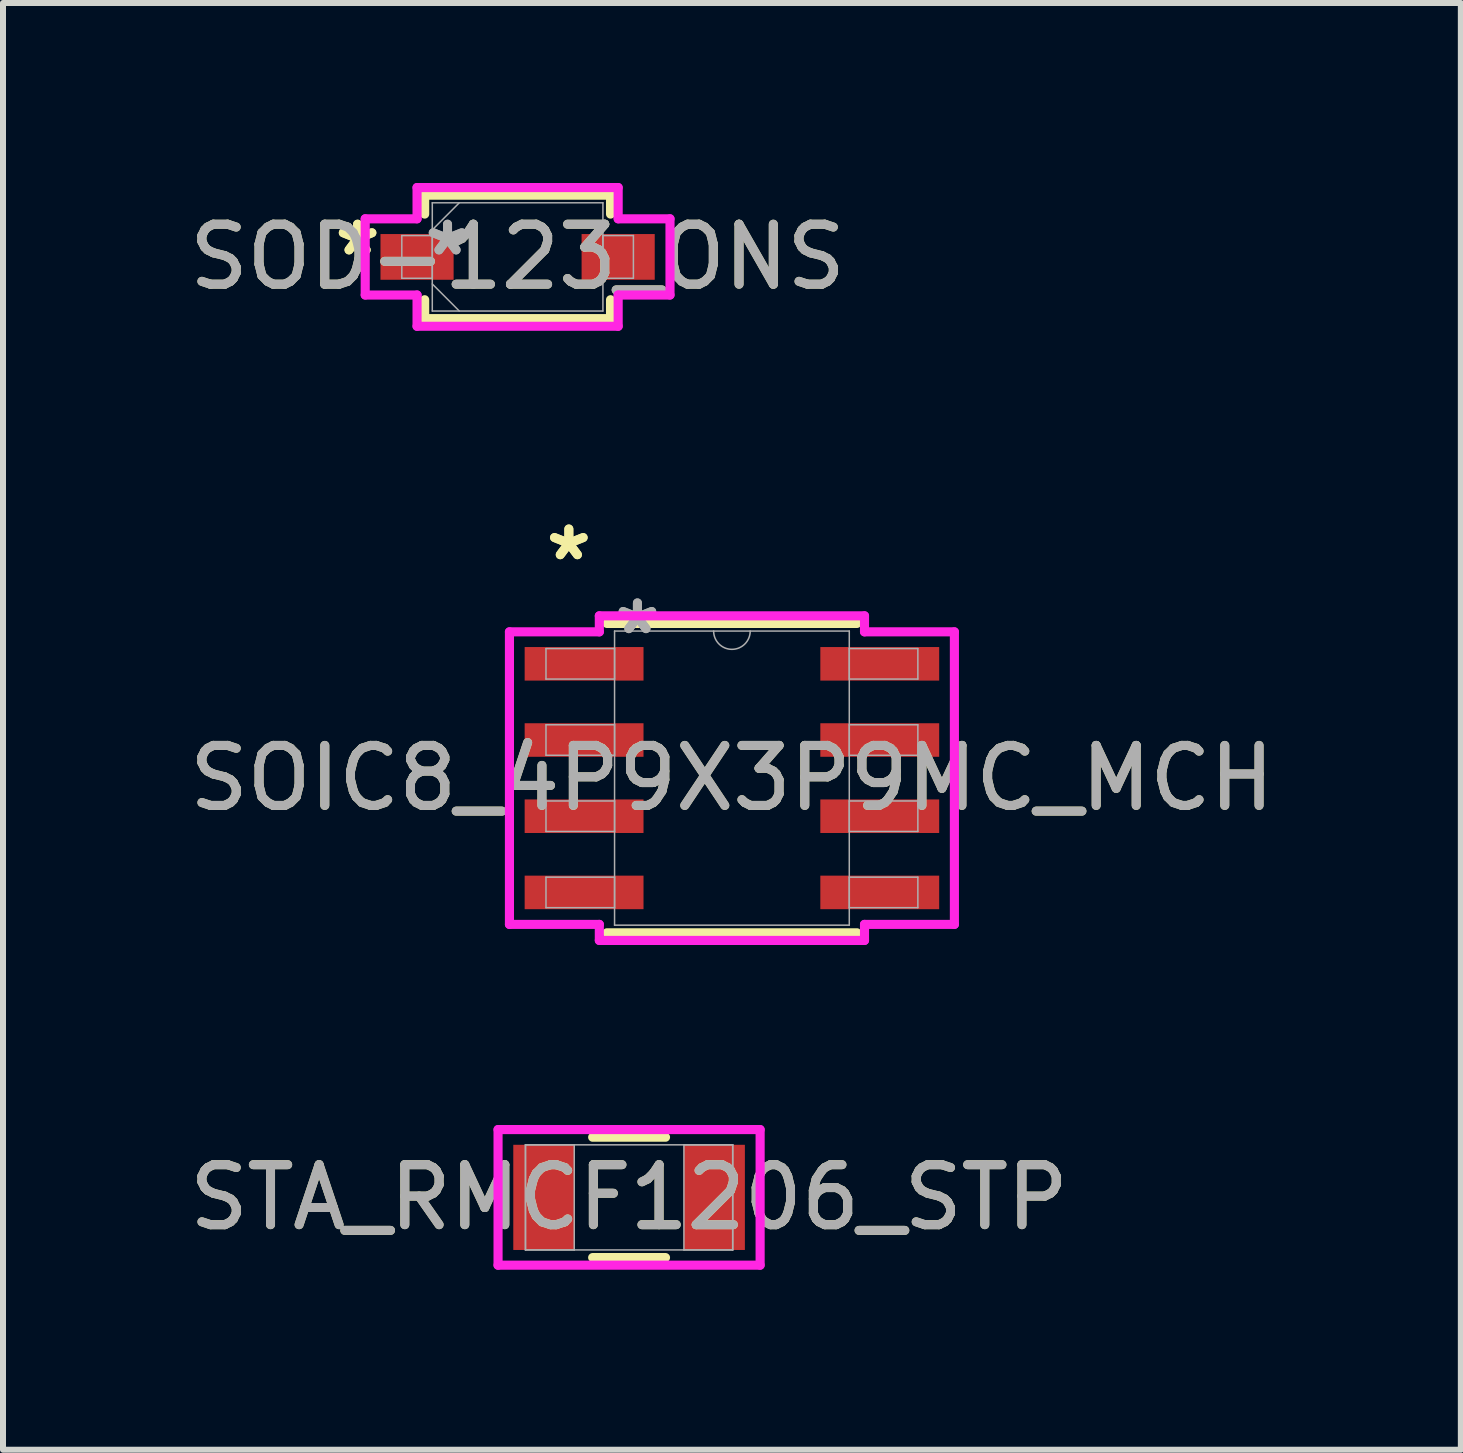
<source format=kicad_pcb>
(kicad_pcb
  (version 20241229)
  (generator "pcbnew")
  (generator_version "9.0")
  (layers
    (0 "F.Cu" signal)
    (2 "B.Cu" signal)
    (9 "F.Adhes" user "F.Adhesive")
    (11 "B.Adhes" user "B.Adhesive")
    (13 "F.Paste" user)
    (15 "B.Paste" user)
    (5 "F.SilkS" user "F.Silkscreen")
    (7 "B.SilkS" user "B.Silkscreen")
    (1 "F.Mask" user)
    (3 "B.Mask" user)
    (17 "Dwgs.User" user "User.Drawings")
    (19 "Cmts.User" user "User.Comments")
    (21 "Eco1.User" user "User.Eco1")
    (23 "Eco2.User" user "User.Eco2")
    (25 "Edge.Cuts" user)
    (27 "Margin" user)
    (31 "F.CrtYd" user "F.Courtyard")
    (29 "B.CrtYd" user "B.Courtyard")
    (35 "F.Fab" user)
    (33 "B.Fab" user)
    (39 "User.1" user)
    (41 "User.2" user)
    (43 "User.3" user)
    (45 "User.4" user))
  (footprint "SOIC8_4P9X3P9MC_MCH"
    (layer "F.Cu")
    (at 9.149 9.919)
    (property "Reference" "SOIC8_4P9X3P9MC_MCH" (at 0 0 0) (unlocked yes) (layer "F.SilkS") (effects (font (size 1 1) (thickness 0.15))))
    (attr smd)
    (fp_line (start -2.083 2.578) (end 2.083 2.578) (stroke (width 0.152) (type solid)) (layer "F.SilkS"))
    (fp_line (start 2.083 -2.578) (end -2.083 -2.578) (stroke (width 0.152) (type solid)) (layer "F.SilkS"))
    (fp_line (start -3.708 -2.438) (end -2.21 -2.438) (stroke (width 0.152) (type solid)) (layer "F.CrtYd"))
    (fp_line (start -3.708 2.438) (end -3.708 -2.438) (stroke (width 0.152) (type solid)) (layer "F.CrtYd"))
    (fp_line (start -3.708 2.438) (end -2.21 2.438) (stroke (width 0.152) (type solid)) (layer "F.CrtYd"))
    (fp_line (start -2.21 -2.705) (end 2.21 -2.705) (stroke (width 0.152) (type solid)) (layer "F.CrtYd"))
    (fp_line (start -2.21 -2.438) (end -2.21 -2.705) (stroke (width 0.152) (type solid)) (layer "F.CrtYd"))
    (fp_line (start -2.21 2.705) (end -2.21 2.438) (stroke (width 0.152) (type solid)) (layer "F.CrtYd"))
    (fp_line (start 2.21 -2.705) (end 2.21 -2.438) (stroke (width 0.152) (type solid)) (layer "F.CrtYd"))
    (fp_line (start 2.21 2.438) (end 2.21 2.705) (stroke (width 0.152) (type solid)) (layer "F.CrtYd"))
    (fp_line (start 2.21 2.705) (end -2.21 2.705) (stroke (width 0.152) (type solid)) (layer "F.CrtYd"))
    (fp_line (start 3.708 -2.438) (end 2.21 -2.438) (stroke (width 0.152) (type solid)) (layer "F.CrtYd"))
    (fp_line (start 3.708 -2.438) (end 3.708 2.438) (stroke (width 0.152) (type solid)) (layer "F.CrtYd"))
    (fp_line (start 3.708 2.438) (end 2.21 2.438) (stroke (width 0.152) (type solid)) (layer "F.CrtYd"))
    (fp_line (start -3.099 -2.159) (end -3.099 -1.651) (stroke (width 0.025) (type solid)) (layer "F.Fab"))
    (fp_line (start -3.099 -1.651) (end -1.956 -1.651) (stroke (width 0.025) (type solid)) (layer "F.Fab"))
    (fp_line (start -3.099 -0.889) (end -3.099 -0.381) (stroke (width 0.025) (type solid)) (layer "F.Fab"))
    (fp_line (start -3.099 -0.381) (end -1.956 -0.381) (stroke (width 0.025) (type solid)) (layer "F.Fab"))
    (fp_line (start -3.099 0.381) (end -3.099 0.889) (stroke (width 0.025) (type solid)) (layer "F.Fab"))
    (fp_line (start -3.099 0.889) (end -1.956 0.889) (stroke (width 0.025) (type solid)) (layer "F.Fab"))
    (fp_line (start -3.099 1.651) (end -3.099 2.159) (stroke (width 0.025) (type solid)) (layer "F.Fab"))
    (fp_line (start -3.099 2.159) (end -1.956 2.159) (stroke (width 0.025) (type solid)) (layer "F.Fab"))
    (fp_line (start -1.956 -2.451) (end -1.956 2.451) (stroke (width 0.025) (type solid)) (layer "F.Fab"))
    (fp_line (start -1.956 -2.159) (end -3.099 -2.159) (stroke (width 0.025) (type solid)) (layer "F.Fab"))
    (fp_line (start -1.956 -1.651) (end -1.956 -2.159) (stroke (width 0.025) (type solid)) (layer "F.Fab"))
    (fp_line (start -1.956 -0.889) (end -3.099 -0.889) (stroke (width 0.025) (type solid)) (layer "F.Fab"))
    (fp_line (start -1.956 -0.381) (end -1.956 -0.889) (stroke (width 0.025) (type solid)) (layer "F.Fab"))
    (fp_line (start -1.956 0.381) (end -3.099 0.381) (stroke (width 0.025) (type solid)) (layer "F.Fab"))
    (fp_line (start -1.956 0.889) (end -1.956 0.381) (stroke (width 0.025) (type solid)) (layer "F.Fab"))
    (fp_line (start -1.956 1.651) (end -3.099 1.651) (stroke (width 0.025) (type solid)) (layer "F.Fab"))
    (fp_line (start -1.956 2.159) (end -1.956 1.651) (stroke (width 0.025) (type solid)) (layer "F.Fab"))
    (fp_line (start -1.956 2.451) (end 1.956 2.451) (stroke (width 0.025) (type solid)) (layer "F.Fab"))
    (fp_line (start 1.956 -2.451) (end -1.956 -2.451) (stroke (width 0.025) (type solid)) (layer "F.Fab"))
    (fp_line (start 1.956 -2.159) (end 1.956 -1.651) (stroke (width 0.025) (type solid)) (layer "F.Fab"))
    (fp_line (start 1.956 -1.651) (end 3.099 -1.651) (stroke (width 0.025) (type solid)) (layer "F.Fab"))
    (fp_line (start 1.956 -0.889) (end 1.956 -0.381) (stroke (width 0.025) (type solid)) (layer "F.Fab"))
    (fp_line (start 1.956 -0.381) (end 3.099 -0.381) (stroke (width 0.025) (type solid)) (layer "F.Fab"))
    (fp_line (start 1.956 0.381) (end 1.956 0.889) (stroke (width 0.025) (type solid)) (layer "F.Fab"))
    (fp_line (start 1.956 0.889) (end 3.099 0.889) (stroke (width 0.025) (type solid)) (layer "F.Fab"))
    (fp_line (start 1.956 1.651) (end 1.956 2.159) (stroke (width 0.025) (type solid)) (layer "F.Fab"))
    (fp_line (start 1.956 2.159) (end 3.099 2.159) (stroke (width 0.025) (type solid)) (layer "F.Fab"))
    (fp_line (start 1.956 2.451) (end 1.956 -2.451) (stroke (width 0.025) (type solid)) (layer "F.Fab"))
    (fp_line (start 3.099 -2.159) (end 1.956 -2.159) (stroke (width 0.025) (type solid)) (layer "F.Fab"))
    (fp_line (start 3.099 -1.651) (end 3.099 -2.159) (stroke (width 0.025) (type solid)) (layer "F.Fab"))
    (fp_line (start 3.099 -0.889) (end 1.956 -0.889) (stroke (width 0.025) (type solid)) (layer "F.Fab"))
    (fp_line (start 3.099 -0.381) (end 3.099 -0.889) (stroke (width 0.025) (type solid)) (layer "F.Fab"))
    (fp_line (start 3.099 0.381) (end 1.956 0.381) (stroke (width 0.025) (type solid)) (layer "F.Fab"))
    (fp_line (start 3.099 0.889) (end 3.099 0.381) (stroke (width 0.025) (type solid)) (layer "F.Fab"))
    (fp_line (start 3.099 1.651) (end 1.956 1.651) (stroke (width 0.025) (type solid)) (layer "F.Fab"))
    (fp_line (start 3.099 2.159) (end 3.099 1.651) (stroke (width 0.025) (type solid)) (layer "F.Fab"))
    (fp_arc (start 0.3048 -2.4511) (mid 0 -2.1463) (end -0.3048 -2.4511) (stroke (width 0.0254) (type solid)) (layer "F.Fab"))
    (fp_text user "*" (at -2.718 -3.607 0) (layer "F.SilkS") (effects (font (size 1 1) (thickness 0.15))))
    (fp_text user "*" (at -2.718 -3.607 0) (unlocked yes) (layer "F.SilkS") (effects (font (size 1 1) (thickness 0.15))))
    (fp_text user "*" (at -1.575 -2.375 0) (layer "F.Fab") (effects (font (size 1 1) (thickness 0.15))))
    (fp_text user "*" (at -1.575 -2.375 0) (unlocked yes) (layer "F.Fab") (effects (font (size 1 1) (thickness 0.15))))
    (fp_text user "${REFERENCE}" (at 0 0 0) (unlocked yes) (layer "F.Fab") (effects (font (size 1 1) (thickness 0.15))))
    (pad "1" smd rect (at -2.464 -1.905) (size 1.981 0.559) (layers "F.Cu" "F.Mask" "F.Paste"))
    (pad "2" smd rect (at -2.464 -0.635) (size 1.981 0.559) (layers "F.Cu" "F.Mask" "F.Paste"))
    (pad "3" smd rect (at -2.464 0.635) (size 1.981 0.559) (layers "F.Cu" "F.Mask" "F.Paste"))
    (pad "4" smd rect (at -2.464 1.905) (size 1.981 0.559) (layers "F.Cu" "F.Mask" "F.Paste"))
    (pad "5" smd rect (at 2.464 1.905) (size 1.981 0.559) (layers "F.Cu" "F.Mask" "F.Paste"))
    (pad "6" smd rect (at 2.464 0.635) (size 1.981 0.559) (layers "F.Cu" "F.Mask" "F.Paste"))
    (pad "7" smd rect (at 2.464 -0.635) (size 1.981 0.559) (layers "F.Cu" "F.Mask" "F.Paste"))
    (pad "8" smd rect (at 2.464 -1.905) (size 1.981 0.559) (layers "F.Cu" "F.Mask" "F.Paste")))
  (footprint "STA_RMCF1206_STP"
    (layer "F.Cu")
    (at 7.435 16.907)
    (property "Reference" "STA_RMCF1206_STP" (at 0 0 0) (unlocked yes) (layer "F.SilkS") (effects (font (size 1 1) (thickness 0.15))))
    (attr smd)
    (fp_line (start -0.607 1.003) (end 0.607 1.003) (stroke (width 0.152) (type solid)) (layer "F.SilkS"))
    (fp_line (start 0.607 -1.003) (end -0.607 -1.003) (stroke (width 0.152) (type solid)) (layer "F.SilkS"))
    (fp_line (start -2.184 -1.13) (end 2.184 -1.13) (stroke (width 0.152) (type solid)) (layer "F.CrtYd"))
    (fp_line (start -2.184 1.13) (end -2.184 -1.13) (stroke (width 0.152) (type solid)) (layer "F.CrtYd"))
    (fp_line (start 2.184 -1.13) (end 2.184 1.13) (stroke (width 0.152) (type solid)) (layer "F.CrtYd"))
    (fp_line (start 2.184 1.13) (end -2.184 1.13) (stroke (width 0.152) (type solid)) (layer "F.CrtYd"))
    (fp_line (start -1.727 -0.876) (end -1.727 0.876) (stroke (width 0.025) (type solid)) (layer "F.Fab"))
    (fp_line (start -1.727 -0.876) (end -1.727 0.876) (stroke (width 0.025) (type solid)) (layer "F.Fab"))
    (fp_line (start -1.727 0.876) (end -0.914 0.876) (stroke (width 0.025) (type solid)) (layer "F.Fab"))
    (fp_line (start -1.727 0.876) (end 1.727 0.876) (stroke (width 0.025) (type solid)) (layer "F.Fab"))
    (fp_line (start -0.914 -0.876) (end -1.727 -0.876) (stroke (width 0.025) (type solid)) (layer "F.Fab"))
    (fp_line (start -0.914 0.876) (end -0.914 -0.876) (stroke (width 0.025) (type solid)) (layer "F.Fab"))
    (fp_line (start 0.914 -0.876) (end 0.914 0.876) (stroke (width 0.025) (type solid)) (layer "F.Fab"))
    (fp_line (start 0.914 0.876) (end 1.727 0.876) (stroke (width 0.025) (type solid)) (layer "F.Fab"))
    (fp_line (start 1.727 -0.876) (end -1.727 -0.876) (stroke (width 0.025) (type solid)) (layer "F.Fab"))
    (fp_line (start 1.727 -0.876) (end 0.914 -0.876) (stroke (width 0.025) (type solid)) (layer "F.Fab"))
    (fp_line (start 1.727 0.876) (end 1.727 -0.876) (stroke (width 0.025) (type solid)) (layer "F.Fab"))
    (fp_line (start 1.727 0.876) (end 1.727 -0.876) (stroke (width 0.025) (type solid)) (layer "F.Fab"))
    (fp_text user "${REFERENCE}" (at 0 0 0) (unlocked yes) (layer "F.Fab") (effects (font (size 1 1) (thickness 0.15))))
    (pad "1" smd rect (at -1.422 0) (size 1.016 1.753) (layers "F.Cu" "F.Mask" "F.Paste"))
    (pad "2" smd rect (at 1.422 0) (size 1.016 1.753) (layers "F.Cu" "F.Mask" "F.Paste"))
    (zone (net_name "") (layer "F.Cu") (hatch full 0.508) (connect_pads) (min_thickness 0.254) (filled_areas_thickness no) (keepout (tracks not_allowed) (vias not_allowed) (pads allowed) (copperpour not_allowed) (footprints allowed)) (placement (enabled no)) (fill) (polygon (pts (xy 6.571 16.081) (xy 8.298 16.081) (xy 8.298 17.732) (xy 6.571 17.732)))))
  (footprint "SOD-123_ONS"
    (layer "F.Cu")
    (at 5.577 1.232)
    (property "Reference" "SOD-123_ONS" (at 0 0 0) (unlocked yes) (layer "F.SilkS") (effects (font (size 1 1) (thickness 0.15))))
    (attr smd)
    (fp_line (start -1.549 -1.029) (end -1.549 -0.714) (stroke (width 0.152) (type solid)) (layer "F.SilkS"))
    (fp_line (start -1.549 0.714) (end -1.549 1.029) (stroke (width 0.152) (type solid)) (layer "F.SilkS"))
    (fp_line (start -1.549 1.029) (end 1.549 1.029) (stroke (width 0.152) (type solid)) (layer "F.SilkS"))
    (fp_line (start 1.549 -1.029) (end -1.549 -1.029) (stroke (width 0.152) (type solid)) (layer "F.SilkS"))
    (fp_line (start 1.549 -0.714) (end 1.549 -1.029) (stroke (width 0.152) (type solid)) (layer "F.SilkS"))
    (fp_line (start 1.549 1.029) (end 1.549 0.714) (stroke (width 0.152) (type solid)) (layer "F.SilkS"))
    (fp_line (start -2.54 -0.635) (end -1.676 -0.635) (stroke (width 0.152) (type solid)) (layer "F.CrtYd"))
    (fp_line (start -2.54 0.635) (end -2.54 -0.635) (stroke (width 0.152) (type solid)) (layer "F.CrtYd"))
    (fp_line (start -1.676 -1.156) (end 1.676 -1.156) (stroke (width 0.152) (type solid)) (layer "F.CrtYd"))
    (fp_line (start -1.676 -0.635) (end -1.676 -1.156) (stroke (width 0.152) (type solid)) (layer "F.CrtYd"))
    (fp_line (start -1.676 0.635) (end -2.54 0.635) (stroke (width 0.152) (type solid)) (layer "F.CrtYd"))
    (fp_line (start -1.676 1.156) (end -1.676 0.635) (stroke (width 0.152) (type solid)) (layer "F.CrtYd"))
    (fp_line (start 1.676 -1.156) (end 1.676 -0.635) (stroke (width 0.152) (type solid)) (layer "F.CrtYd"))
    (fp_line (start 1.676 -0.635) (end 2.54 -0.635) (stroke (width 0.152) (type solid)) (layer "F.CrtYd"))
    (fp_line (start 1.676 0.635) (end 1.676 1.156) (stroke (width 0.152) (type solid)) (layer "F.CrtYd"))
    (fp_line (start 1.676 1.156) (end -1.676 1.156) (stroke (width 0.152) (type solid)) (layer "F.CrtYd"))
    (fp_line (start 2.54 -0.635) (end 2.54 0.635) (stroke (width 0.152) (type solid)) (layer "F.CrtYd"))
    (fp_line (start 2.54 0.635) (end 1.676 0.635) (stroke (width 0.152) (type solid)) (layer "F.CrtYd"))
    (fp_line (start -1.93 -0.356) (end -1.93 0.356) (stroke (width 0.025) (type solid)) (layer "F.Fab"))
    (fp_line (start -1.93 0.356) (end -1.422 0.356) (stroke (width 0.025) (type solid)) (layer "F.Fab"))
    (fp_line (start -1.422 -0.902) (end -1.422 0.902) (stroke (width 0.025) (type solid)) (layer "F.Fab"))
    (fp_line (start -1.422 -0.451) (end -0.972 -0.902) (stroke (width 0.025) (type solid)) (layer "F.Fab"))
    (fp_line (start -1.422 -0.356) (end -1.93 -0.356) (stroke (width 0.025) (type solid)) (layer "F.Fab"))
    (fp_line (start -1.422 0.356) (end -1.422 -0.356) (stroke (width 0.025) (type solid)) (layer "F.Fab"))
    (fp_line (start -1.422 0.451) (end -0.972 0.902) (stroke (width 0.025) (type solid)) (layer "F.Fab"))
    (fp_line (start -1.422 0.902) (end 1.422 0.902) (stroke (width 0.025) (type solid)) (layer "F.Fab"))
    (fp_line (start 1.422 -0.902) (end -1.422 -0.902) (stroke (width 0.025) (type solid)) (layer "F.Fab"))
    (fp_line (start 1.422 -0.356) (end 1.422 0.356) (stroke (width 0.025) (type solid)) (layer "F.Fab"))
    (fp_line (start 1.422 0.356) (end 1.93 0.356) (stroke (width 0.025) (type solid)) (layer "F.Fab"))
    (fp_line (start 1.422 0.902) (end 1.422 -0.902) (stroke (width 0.025) (type solid)) (layer "F.Fab"))
    (fp_line (start 1.93 -0.356) (end 1.422 -0.356) (stroke (width 0.025) (type solid)) (layer "F.Fab"))
    (fp_line (start 1.93 0.356) (end 1.93 -0.356) (stroke (width 0.025) (type solid)) (layer "F.Fab"))
    (fp_text user "*" (at -2.667 0 0) (layer "F.SilkS") (effects (font (size 1 1) (thickness 0.15))))
    (fp_text user "*" (at -2.667 0 0) (unlocked yes) (layer "F.SilkS") (effects (font (size 1 1) (thickness 0.15))))
    (fp_text user "${REFERENCE}" (at 0 0 0) (unlocked yes) (layer "F.Fab") (effects (font (size 1 1) (thickness 0.15))))
    (fp_text user "*" (at -1.168 0 0) (layer "F.Fab") (effects (font (size 1 1) (thickness 0.15))))
    (fp_text user "*" (at -1.168 0 0) (unlocked yes) (layer "F.Fab") (effects (font (size 1 1) (thickness 0.15))))
    (pad "1" smd rect (at -1.676 0) (size 1.219 0.762) (layers "F.Cu" "F.Mask" "F.Paste"))
    (pad "2" smd rect (at 1.676 0) (size 1.219 0.762) (layers "F.Cu" "F.Mask" "F.Paste")))
  (gr_rect
    (start -3 -3)
    (end 21.298 21.113)
    (stroke (width 0.1) (type default))
    (fill no)
    (layer "Edge.Cuts")))
</source>
